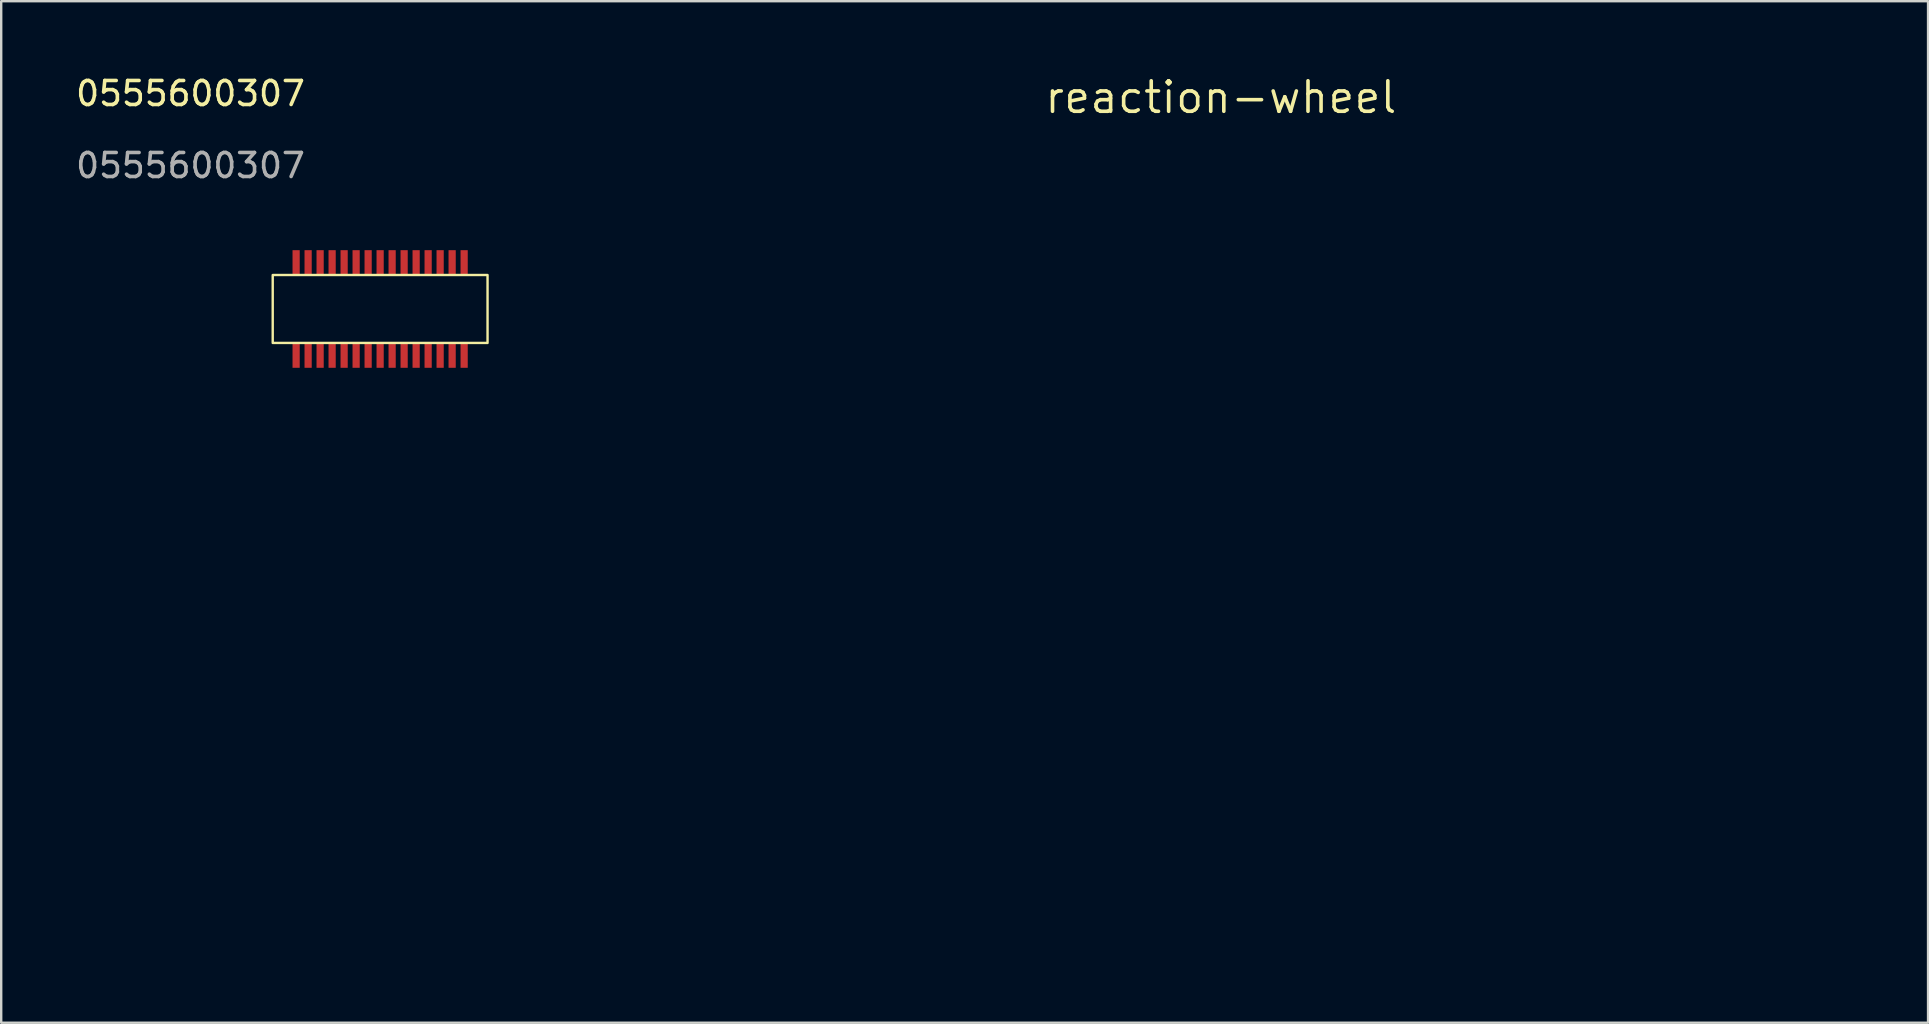
<source format=kicad_pcb>
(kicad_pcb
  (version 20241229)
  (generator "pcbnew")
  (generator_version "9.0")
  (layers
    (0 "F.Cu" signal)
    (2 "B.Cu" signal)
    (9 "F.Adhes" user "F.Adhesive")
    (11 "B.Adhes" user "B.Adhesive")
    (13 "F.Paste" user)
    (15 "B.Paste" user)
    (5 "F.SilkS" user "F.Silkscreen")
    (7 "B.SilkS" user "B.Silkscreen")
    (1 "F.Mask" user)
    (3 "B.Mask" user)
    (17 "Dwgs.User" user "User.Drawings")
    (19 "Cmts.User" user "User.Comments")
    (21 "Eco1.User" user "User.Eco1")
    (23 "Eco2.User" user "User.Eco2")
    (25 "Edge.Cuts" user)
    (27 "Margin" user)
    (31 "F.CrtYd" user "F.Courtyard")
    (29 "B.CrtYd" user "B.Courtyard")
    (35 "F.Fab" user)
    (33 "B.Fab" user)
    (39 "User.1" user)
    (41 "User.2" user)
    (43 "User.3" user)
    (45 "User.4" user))
  (footprint "reaction-wheel"
    (layer "F.Cu")
    (at 33.794 8.934)
    (property "Reference" "reaction-wheel" (at 14.021 -7.928 0) (unlocked yes) (layer "F.SilkS") (effects (font (size 1.27 1.27) (thickness 0.15))))
    (fp_line (start -13.276 12.053) (end -6.525 -1.447) (stroke (width 0.2) (type solid)) (layer "Eco1.User"))
    (fp_line (start -6.525 26.447) (end -13.276 12.947) (stroke (width 0.2) (type solid)) (layer "Eco1.User"))
    (fp_line (start -6.5 -0.5) (end -6.5 20.546) (stroke (width 0.25) (type solid)) (layer "Eco1.User"))
    (fp_line (start -5.63 -2) (end 27.5 -2) (stroke (width 0.2) (type solid)) (layer "Eco1.User"))
    (fp_line (start -3.615 26.671) (end -6.342 21.217) (stroke (width 0.25) (type solid)) (layer "Eco1.User"))
    (fp_line (start -2.273 27.5) (end 29.273 27.5) (stroke (width 0.25) (type solid)) (layer "Eco1.User"))
    (fp_line (start -1.5 -1) (end -1.5 26) (stroke (width 0.2) (type solid)) (layer "Eco1.User"))
    (fp_line (start -0.5 27) (end 32.63 27) (stroke (width 0.2) (type solid)) (layer "Eco1.User"))
    (fp_line (start 1.5 5.5) (end 1.5 19.5) (stroke (width 0.2) (type solid)) (layer "Eco1.User"))
    (fp_line (start 1.5 19.5) (end 1.5 5.5) (stroke (width 0.2) (type solid)) (layer "Eco1.User"))
    (fp_line (start 2 -2) (end -5 -2) (stroke (width 0.25) (type solid)) (layer "Eco1.User"))
    (fp_line (start 3.5 -4.5) (end 3.5 -3.5) (stroke (width 0.25) (type solid)) (layer "Eco1.User"))
    (fp_line (start 5.8 19.7) (end 5.8 24.7) (stroke (width 0.25) (type solid)) (layer "Eco1.User"))
    (fp_line (start 5.8 24.7) (end 15.8 24.7) (stroke (width 0.25) (type solid)) (layer "Eco1.User"))
    (fp_line (start 6.5 0.5) (end 20.5 0.5) (stroke (width 0.2) (type solid)) (layer "Eco1.User"))
    (fp_line (start 6.5 24.5) (end 20.5 24.5) (stroke (width 0.2) (type solid)) (layer "Eco1.User"))
    (fp_line (start 11.3 6.928) (end 15.7 6.928) (stroke (width 0.2) (type solid)) (layer "Eco1.User"))
    (fp_line (start 11.3 11.928) (end 11.3 6.928) (stroke (width 0.2) (type solid)) (layer "Eco1.User"))
    (fp_line (start 15.7 6.928) (end 15.7 11.928) (stroke (width 0.2) (type solid)) (layer "Eco1.User"))
    (fp_line (start 15.7 11.928) (end 11.3 11.928) (stroke (width 0.2) (type solid)) (layer "Eco1.User"))
    (fp_line (start 15.8 19.7) (end 5.8 19.7) (stroke (width 0.25) (type solid)) (layer "Eco1.User"))
    (fp_line (start 15.8 24.7) (end 15.8 19.7) (stroke (width 0.25) (type solid)) (layer "Eco1.User"))
    (fp_line (start 20.5 0.5) (end 6.5 0.5) (stroke (width 0.2) (type solid)) (layer "Eco1.User"))
    (fp_line (start 20.5 24.5) (end 6.5 24.5) (stroke (width 0.2) (type solid)) (layer "Eco1.User"))
    (fp_line (start 22 -6) (end 5 -6) (stroke (width 0.25) (type solid)) (layer "Eco1.User"))
    (fp_line (start 23.5 -3.5) (end 23.5 -4.5) (stroke (width 0.25) (type solid)) (layer "Eco1.User"))
    (fp_line (start 25.5 5.5) (end 25.5 19.5) (stroke (width 0.2) (type solid)) (layer "Eco1.User"))
    (fp_line (start 25.5 19.5) (end 25.5 5.5) (stroke (width 0.2) (type solid)) (layer "Eco1.User"))
    (fp_line (start 27.5 27) (end -5.63 27) (stroke (width 0.2) (type solid)) (layer "Eco1.User"))
    (fp_line (start 28.5 -1) (end 28.5 26) (stroke (width 0.2) (type solid)) (layer "Eco1.User"))
    (fp_line (start 32 -2) (end 25 -2) (stroke (width 0.25) (type solid)) (layer "Eco1.User"))
    (fp_line (start 32.63 -2) (end -0.5 -2) (stroke (width 0.2) (type solid)) (layer "Eco1.User"))
    (fp_line (start 33.342 21.217) (end 30.615 26.671) (stroke (width 0.25) (type solid)) (layer "Eco1.User"))
    (fp_line (start 33.5 20.546) (end 33.5 -0.5) (stroke (width 0.25) (type solid)) (layer "Eco1.User"))
    (fp_line (start 33.525 26.447) (end 40.276 12.947) (stroke (width 0.2) (type solid)) (layer "Eco1.User"))
    (fp_line (start 40.276 12.053) (end 33.525 -1.447) (stroke (width 0.2) (type solid)) (layer "Eco1.User"))
    (fp_arc (start -13.276306 12.947291) (mid -13.381918 12.5) (end -13.276306 12.052709) (stroke (width 0.2) (type solid)) (layer "Eco1.User"))
    (fp_arc (start -6.524849 -1.447291) (mid -6.156155 -1.850674) (end -5.63046 -2) (stroke (width 0.2) (type solid)) (layer "Eco1.User"))
    (fp_arc (start -6.5 -0.5) (mid -6.06066 -1.56066) (end -5 -2) (stroke (width 0.25) (type solid)) (layer "Eco1.User"))
    (fp_arc (start -6.341641 21.216718) (mid -6.459873 20.890527) (end -6.5 20.545898) (stroke (width 0.25) (type solid)) (layer "Eco1.User"))
    (fp_arc (start -5.63046 27) (mid -6.156154 26.850673) (end -6.524849 26.447291) (stroke (width 0.2) (type solid)) (layer "Eco1.User"))
    (fp_arc (start -2.272949 27.5) (mid -3.061546 27.275976) (end -3.61459 26.67082) (stroke (width 0.25) (type solid)) (layer "Eco1.User"))
    (fp_arc (start -1.5 -1) (mid -1.207107 -1.707107) (end -0.5 -2) (stroke (width 0.2) (type solid)) (layer "Eco1.User"))
    (fp_arc (start -0.5 27) (mid -1.207107 26.707107) (end -1.5 26) (stroke (width 0.2) (type solid)) (layer "Eco1.User"))
    (fp_arc (start 1.5 5.5) (mid 2.964466 1.964466) (end 6.5 0.5) (stroke (width 0.2) (type solid)) (layer "Eco1.User"))
    (fp_arc (start 1.5 5.5) (mid 2.964466 1.964466) (end 6.5 0.5) (stroke (width 0.2) (type solid)) (layer "Eco1.User"))
    (fp_arc (start 3.5 -4.5) (mid 3.93934 -5.56066) (end 5 -6) (stroke (width 0.25) (type solid)) (layer "Eco1.User"))
    (fp_arc (start 3.5 -3.5) (mid 3.06066 -2.43934) (end 2 -2) (stroke (width 0.25) (type solid)) (layer "Eco1.User"))
    (fp_arc (start 6.5 24.5) (mid 2.964466 23.035534) (end 1.5 19.5) (stroke (width 0.2) (type solid)) (layer "Eco1.User"))
    (fp_arc (start 6.5 24.5) (mid 2.964466 23.035534) (end 1.5 19.5) (stroke (width 0.2) (type solid)) (layer "Eco1.User"))
    (fp_arc (start 20.5 0.5) (mid 24.035534 1.964466) (end 25.5 5.5) (stroke (width 0.2) (type solid)) (layer "Eco1.User"))
    (fp_arc (start 20.5 0.5) (mid 24.035534 1.964466) (end 25.5 5.5) (stroke (width 0.2) (type solid)) (layer "Eco1.User"))
    (fp_arc (start 22 -6) (mid 23.06066 -5.56066) (end 23.5 -4.5) (stroke (width 0.25) (type solid)) (layer "Eco1.User"))
    (fp_arc (start 25 -2) (mid 23.93934 -2.43934) (end 23.5 -3.5) (stroke (width 0.25) (type solid)) (layer "Eco1.User"))
    (fp_arc (start 25.5 19.5) (mid 24.035534 23.035534) (end 20.5 24.5) (stroke (width 0.2) (type solid)) (layer "Eco1.User"))
    (fp_arc (start 25.5 19.5) (mid 24.035534 23.035534) (end 20.5 24.5) (stroke (width 0.2) (type solid)) (layer "Eco1.User"))
    (fp_arc (start 27.5 -2) (mid 28.207107 -1.707107) (end 28.5 -1) (stroke (width 0.2) (type solid)) (layer "Eco1.User"))
    (fp_arc (start 28.5 26) (mid 28.207107 26.707107) (end 27.5 27) (stroke (width 0.2) (type solid)) (layer "Eco1.User"))
    (fp_arc (start 30.61459 26.67082) (mid 30.061546 27.275976) (end 29.272949 27.5) (stroke (width 0.25) (type solid)) (layer "Eco1.User"))
    (fp_arc (start 32 -2) (mid 33.06066 -1.56066) (end 33.5 -0.5) (stroke (width 0.25) (type solid)) (layer "Eco1.User"))
    (fp_arc (start 32.63046 -2) (mid 33.156154 -1.850673) (end 33.524849 -1.447291) (stroke (width 0.2) (type solid)) (layer "Eco1.User"))
    (fp_arc (start 33.5 20.545898) (mid 33.459873 20.890527) (end 33.341641 21.216718) (stroke (width 0.25) (type solid)) (layer "Eco1.User"))
    (fp_arc (start 33.524849 26.447291) (mid 33.156155 26.850674) (end 32.63046 27) (stroke (width 0.2) (type solid)) (layer "Eco1.User"))
    (fp_arc (start 40.276306 12.052709) (mid 40.381918 12.5) (end 40.276306 12.947291) (stroke (width 0.2) (type solid)) (layer "Eco1.User"))
    (fp_circle (center 0 2) (end 1.1 2) (stroke (width 0.25) (type solid)) (fill no) (layer "Eco1.User"))
    (fp_circle (center 0 23) (end 1.1 23) (stroke (width 0.25) (type solid)) (fill no) (layer "Eco1.User"))
    (fp_circle (center 13.5 9.428) (end 14.25 9.428) (stroke (width 0.2) (type solid)) (fill no) (layer "Eco1.User"))
    (fp_circle (center 13.5 9.428) (end 16.5 9.428) (stroke (width 0.2) (type solid)) (fill no) (layer "Eco1.User"))
    (fp_circle (center 27 2) (end 28.1 2) (stroke (width 0.25) (type solid)) (fill no) (layer "Eco1.User"))
    (fp_circle (center 27 23) (end 28.1 23) (stroke (width 0.25) (type solid)) (fill no) (layer "Eco1.User")))
  (footprint "0555600307"
    (layer "F.Cu")
    (at 12.787 9.823)
    (property "Reference" "0555600307" (at -7.9 -8.975 0) (unlocked yes) (layer "F.SilkS") (effects (font (size 1 1) (thickness 0.15))))
    (attr smd)
    (fp_rect (start 4.475 1.415) (end -4.475 -1.415) (stroke (width 0.1) (type solid)) (fill no) (layer "F.SilkS"))
    (fp_text user "${REFERENCE}" (at -7.9 -5.975 0) (unlocked yes) (layer "F.Fab") (effects (font (size 1 1) (thickness 0.15))))
    (pad "1" smd rect (at -3.5 1.95) (size 0.3 1) (layers "F.Cu" "F.Mask" "F.Paste"))
    (pad "2" smd rect (at -3.5 -1.95) (size 0.3 1) (layers "F.Cu" "F.Mask" "F.Paste"))
    (pad "3" smd rect (at -3 1.95) (size 0.3 1) (layers "F.Cu" "F.Mask" "F.Paste"))
    (pad "4" smd rect (at -3 -1.95) (size 0.3 1) (layers "F.Cu" "F.Mask" "F.Paste"))
    (pad "5" smd rect (at -2.5 1.95) (size 0.3 1) (layers "F.Cu" "F.Mask" "F.Paste"))
    (pad "6" smd rect (at -2.5 -1.95) (size 0.3 1) (layers "F.Cu" "F.Mask" "F.Paste"))
    (pad "7" smd rect (at -2 1.95) (size 0.3 1) (layers "F.Cu" "F.Mask" "F.Paste"))
    (pad "8" smd rect (at -2 -1.95) (size 0.3 1) (layers "F.Cu" "F.Mask" "F.Paste"))
    (pad "9" smd rect (at -1.5 1.95) (size 0.3 1) (layers "F.Cu" "F.Mask" "F.Paste"))
    (pad "10" smd rect (at -1.5 -1.95) (size 0.3 1) (layers "F.Cu" "F.Mask" "F.Paste"))
    (pad "11" smd rect (at -1 1.95) (size 0.3 1) (layers "F.Cu" "F.Mask" "F.Paste"))
    (pad "12" smd rect (at -1 -1.95) (size 0.3 1) (layers "F.Cu" "F.Mask" "F.Paste"))
    (pad "13" smd rect (at -0.5 1.95) (size 0.3 1) (layers "F.Cu" "F.Mask" "F.Paste"))
    (pad "14" smd rect (at -0.5 -1.95) (size 0.3 1) (layers "F.Cu" "F.Mask" "F.Paste"))
    (pad "15" smd rect (at 0 1.95) (size 0.3 1) (layers "F.Cu" "F.Mask" "F.Paste"))
    (pad "16" smd rect (at 0 -1.95) (size 0.3 1) (layers "F.Cu" "F.Mask" "F.Paste"))
    (pad "17" smd rect (at 0.5 1.95) (size 0.3 1) (layers "F.Cu" "F.Mask" "F.Paste"))
    (pad "18" smd rect (at 0.5 -1.95) (size 0.3 1) (layers "F.Cu" "F.Mask" "F.Paste"))
    (pad "19" smd rect (at 1 1.95) (size 0.3 1) (layers "F.Cu" "F.Mask" "F.Paste"))
    (pad "20" smd rect (at 1 -1.95) (size 0.3 1) (layers "F.Cu" "F.Mask" "F.Paste"))
    (pad "21" smd rect (at 1.5 1.95) (size 0.3 1) (layers "F.Cu" "F.Mask" "F.Paste"))
    (pad "22" smd rect (at 1.5 -1.95) (size 0.3 1) (layers "F.Cu" "F.Mask" "F.Paste"))
    (pad "23" smd rect (at 2 1.95) (size 0.3 1) (layers "F.Cu" "F.Mask" "F.Paste"))
    (pad "24" smd rect (at 2 -1.95) (size 0.3 1) (layers "F.Cu" "F.Mask" "F.Paste"))
    (pad "25" smd rect (at 2.5 1.95) (size 0.3 1) (layers "F.Cu" "F.Mask" "F.Paste"))
    (pad "26" smd rect (at 2.5 -1.95) (size 0.3 1) (layers "F.Cu" "F.Mask" "F.Paste"))
    (pad "27" smd rect (at 3 1.95) (size 0.3 1) (layers "F.Cu" "F.Mask" "F.Paste"))
    (pad "28" smd rect (at 3 -1.95) (size 0.3 1) (layers "F.Cu" "F.Mask" "F.Paste"))
    (pad "29" smd rect (at 3.5 1.95) (size 0.3 1) (layers "F.Cu" "F.Mask" "F.Paste"))
    (pad "30" smd rect (at 3.5 -1.95) (size 0.3 1) (layers "F.Cu" "F.Mask" "F.Paste")))
  (gr_rect
    (start -3 -3)
    (end 77.276 39.559)
    (stroke (width 0.1) (type default))
    (fill no)
    (layer "Edge.Cuts")))
</source>
